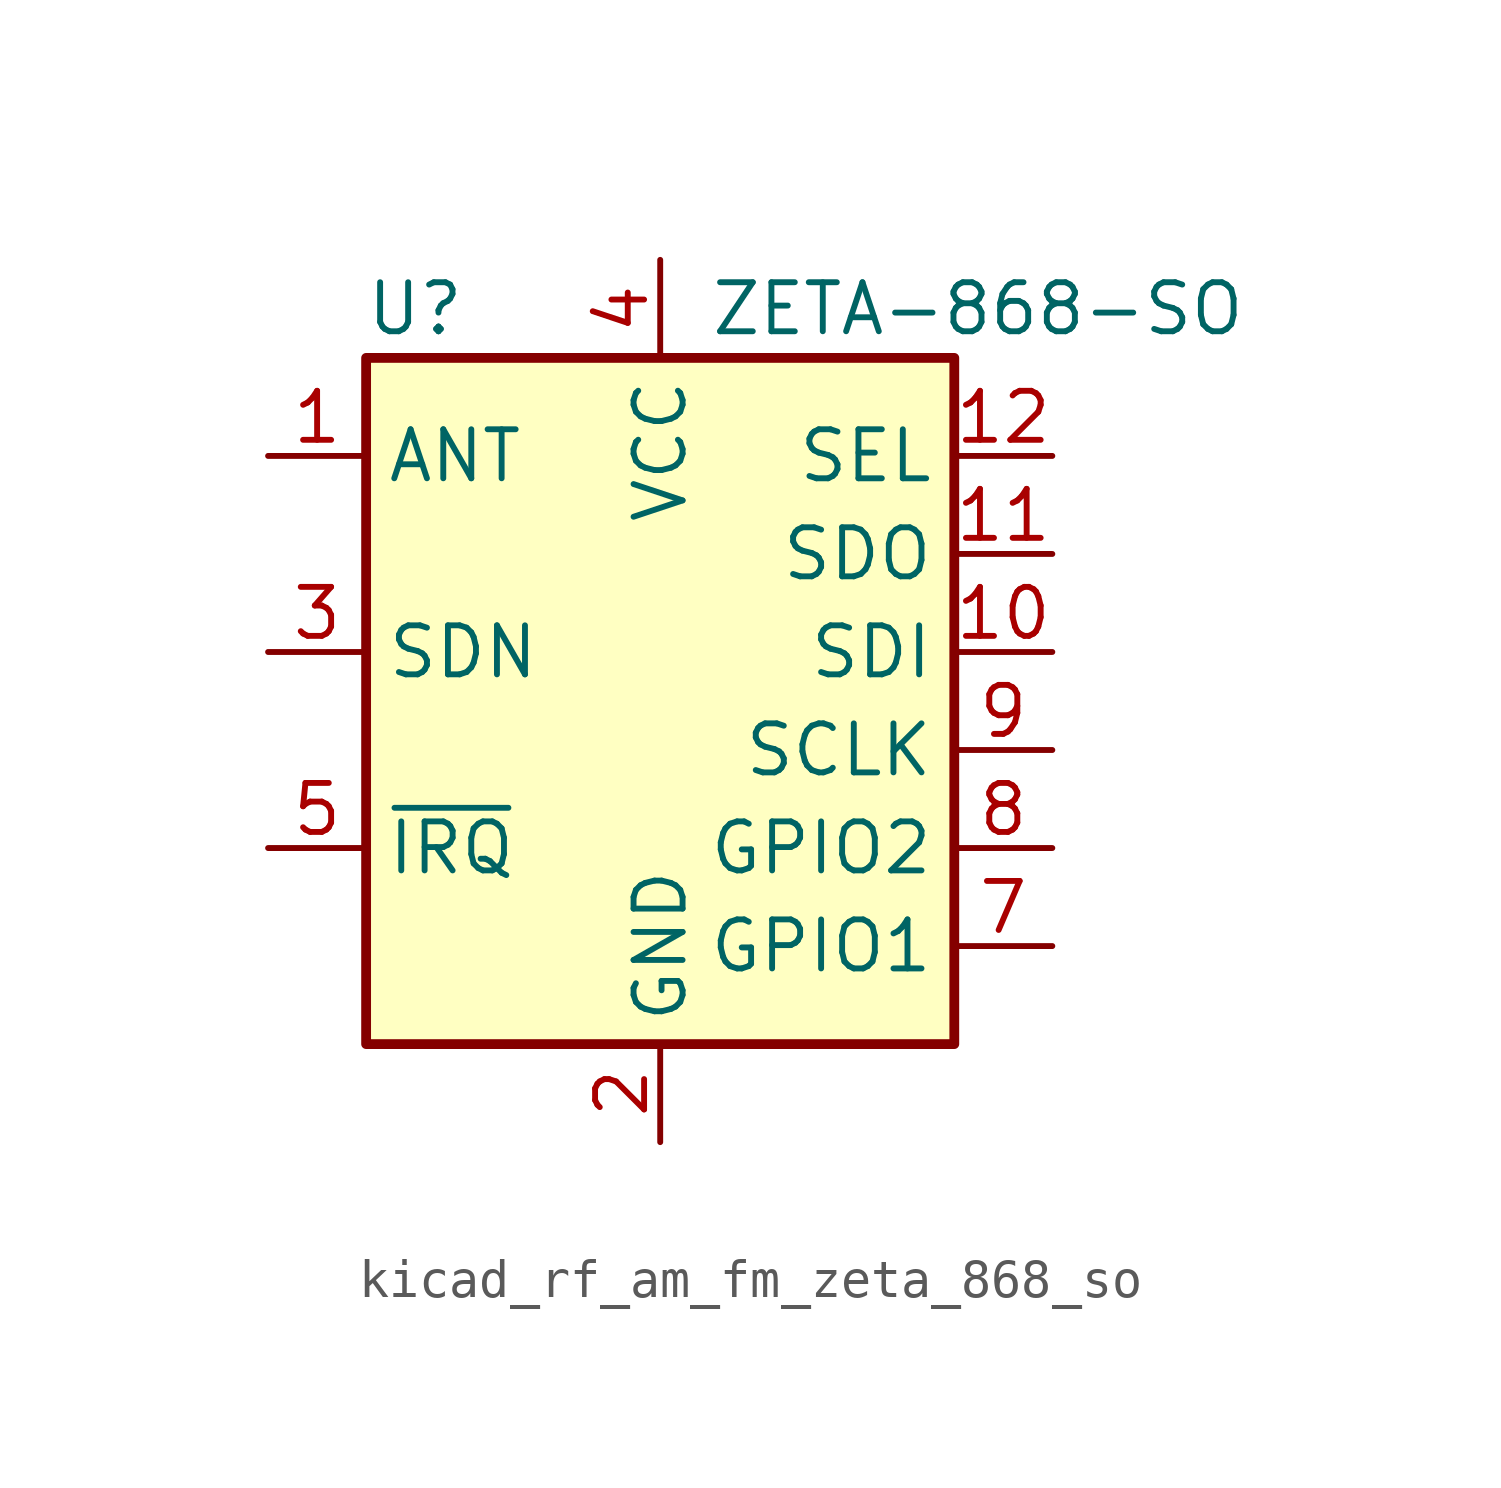
<source format=kicad_sym>
(kicad_symbol_lib
  (version 20220914)
  (generator kicad_symbol_editor)
  (symbol "kicad_rf_am_fm_zeta_868_so"
    (property "Reference" "U"
      (at -6.35 8.89 0)
      (effects (font (size 1.27 1.27))))
    (property "Value" "ZETA-868-SO"
      (at 1.27 8.89 0)
      (effects (font (size 1.27 1.27)) (justify left)))
    (symbol "kicad_rf_am_fm_zeta_868_so_0_1"
      (rectangle (start 7.62 -10.16) (end -7.62 7.62) (stroke (width 0.254) (type default)) (fill (type background))))
    (symbol "kicad_rf_am_fm_zeta_868_so_1_1"
      (pin bidirectional line (at -10.16 5.08 0) (length 2.54) (name "ANT" (effects (font (size 1.27 1.27)))) (number "1" (effects (font (size 1.27 1.27)))))
      (pin input line (at 10.16 0 180) (length 2.54) (name "SDI" (effects (font (size 1.27 1.27)))) (number "10" (effects (font (size 1.27 1.27)))))
      (pin output line (at 10.16 2.54 180) (length 2.54) (name "SDO" (effects (font (size 1.27 1.27)))) (number "11" (effects (font (size 1.27 1.27)))))
      (pin input line (at 10.16 5.08 180) (length 2.54) (name "SEL" (effects (font (size 1.27 1.27)))) (number "12" (effects (font (size 1.27 1.27)))))
      (pin power_in line (at 0 -12.7 90) (length 2.54) (name "GND" (effects (font (size 1.27 1.27)))) (number "2" (effects (font (size 1.27 1.27)))))
      (pin input line (at -10.16 0 0) (length 2.54) (name "SDN" (effects (font (size 1.27 1.27)))) (number "3" (effects (font (size 1.27 1.27)))))
      (pin power_in line (at 0 10.16 270) (length 2.54) (name "VCC" (effects (font (size 1.27 1.27)))) (number "4" (effects (font (size 1.27 1.27)))))
      (pin output line (at -10.16 -5.08 0) (length 2.54) (name "~{IRQ}" (effects (font (size 1.27 1.27)))) (number "5" (effects (font (size 1.27 1.27)))))
      (pin no_connect line (at -7.62 -7.62 0) (length 2.54) hide (name "NC" (effects (font (size 1.27 1.27)))) (number "6" (effects (font (size 1.27 1.27)))))
      (pin bidirectional line (at 10.16 -7.62 180) (length 2.54) (name "GPIO1" (effects (font (size 1.27 1.27)))) (number "7" (effects (font (size 1.27 1.27)))))
      (pin bidirectional line (at 10.16 -5.08 180) (length 2.54) (name "GPIO2" (effects (font (size 1.27 1.27)))) (number "8" (effects (font (size 1.27 1.27)))))
      (pin input line (at 10.16 -2.54 180) (length 2.54) (name "SCLK" (effects (font (size 1.27 1.27)))) (number "9" (effects (font (size 1.27 1.27))))))))
</source>
